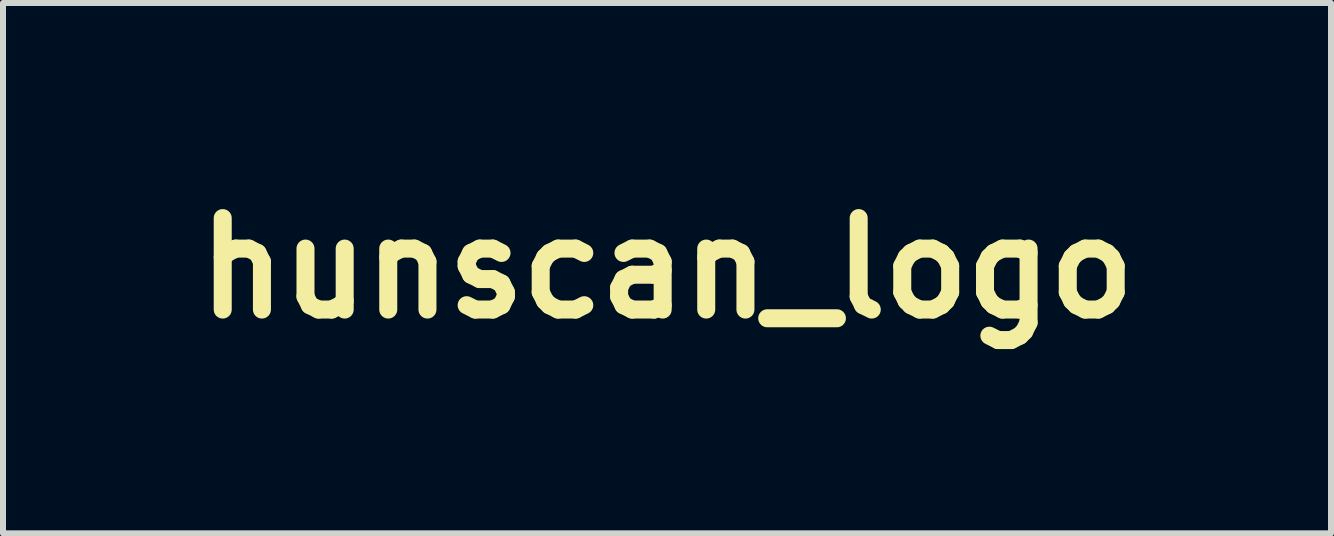
<source format=kicad_pcb>
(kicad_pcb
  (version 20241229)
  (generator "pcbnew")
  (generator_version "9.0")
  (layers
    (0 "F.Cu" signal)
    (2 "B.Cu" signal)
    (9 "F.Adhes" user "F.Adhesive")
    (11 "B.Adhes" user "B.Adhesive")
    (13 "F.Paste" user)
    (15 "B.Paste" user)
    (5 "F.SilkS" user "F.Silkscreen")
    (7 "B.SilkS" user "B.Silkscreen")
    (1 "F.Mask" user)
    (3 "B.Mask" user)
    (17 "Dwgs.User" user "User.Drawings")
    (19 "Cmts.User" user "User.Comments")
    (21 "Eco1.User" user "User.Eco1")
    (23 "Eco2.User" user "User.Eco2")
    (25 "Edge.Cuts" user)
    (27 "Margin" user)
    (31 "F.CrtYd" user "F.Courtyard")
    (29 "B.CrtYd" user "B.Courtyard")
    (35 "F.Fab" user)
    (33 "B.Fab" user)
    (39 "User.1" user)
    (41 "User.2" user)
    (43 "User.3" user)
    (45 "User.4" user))
  (footprint "hunscan_logo"
    (layer "F.Cu")
    (at 8.063 1.418)
    (property "Reference" "hunscan_logo" (at 0 0 0) (layer "F.SilkS") (effects (font (size 1.524 1.524) (thickness 0.3))))
    (attr through_hole)
    (fp_poly (pts (xy -0.731 0.546) (xy -0.712 0.557) (xy -0.711 0.559) (xy -0.726 0.57) (xy -0.763 0.576) (xy -0.77 0.576) (xy -0.81 0.571) (xy -0.829 0.561) (xy -0.83 0.559) (xy -0.815 0.548) (xy -0.778 0.542) (xy -0.77 0.542) (xy -0.731 0.546)) (stroke (width 0.01) (type solid)) (fill yes) (layer "F.Mask"))
    (fp_poly (pts (xy -0.228 0.473) (xy -0.222 0.514) (xy -0.22 0.567) (xy -0.223 0.625) (xy -0.229 0.664) (xy -0.237 0.677) (xy -0.246 0.662) (xy -0.252 0.621) (xy -0.254 0.567) (xy -0.252 0.51) (xy -0.245 0.47) (xy -0.237 0.457) (xy -0.228 0.473)) (stroke (width 0.01) (type solid)) (fill yes) (layer "F.Mask"))
    (fp_poly (pts (xy 2.46 0.515) (xy 2.469 0.524) (xy 2.449 0.548) (xy 2.438 0.559) (xy 2.413 0.599) (xy 2.405 0.635) (xy 2.399 0.667) (xy 2.388 0.677) (xy 2.378 0.662) (xy 2.372 0.623) (xy 2.371 0.595) (xy 2.372 0.546) (xy 2.379 0.522) (xy 2.398 0.514) (xy 2.421 0.514) (xy 2.46 0.515)) (stroke (width 0.01) (type solid)) (fill yes) (layer "F.Mask"))
    (fp_poly (pts (xy 1.358 0.446) (xy 1.366 0.479) (xy 1.366 0.491) (xy 1.362 0.527) (xy 1.352 0.542) (xy 1.352 0.542) (xy 1.343 0.557) (xy 1.338 0.594) (xy 1.338 0.61) (xy 1.334 0.658) (xy 1.324 0.675) (xy 1.313 0.662) (xy 1.302 0.62) (xy 1.3 0.597) (xy 1.3 0.526) (xy 1.315 0.478) (xy 1.341 0.446) (xy 1.358 0.446)) (stroke (width 0.01) (type solid)) (fill yes) (layer "F.Mask"))
    (fp_poly (pts (xy -1.333 0.514) (xy -1.262 0.516) (xy -1.256 0.597) (xy -1.257 0.648) (xy -1.266 0.674) (xy -1.277 0.672) (xy -1.287 0.64) (xy -1.29 0.614) (xy -1.298 0.571) (xy -1.314 0.553) (xy -1.329 0.55) (xy -1.353 0.558) (xy -1.365 0.585) (xy -1.368 0.614) (xy -1.376 0.661) (xy -1.387 0.676) (xy -1.398 0.662) (xy -1.405 0.62) (xy -1.405 0.594) (xy -1.405 0.512) (xy -1.333 0.514)) (stroke (width 0.01) (type solid)) (fill yes) (layer "F.Mask"))
    (fp_poly (pts (xy 0.309 0.515) (xy 0.381 0.516) (xy 0.386 0.597) (xy 0.386 0.648) (xy 0.378 0.675) (xy 0.373 0.677) (xy 0.362 0.662) (xy 0.356 0.625) (xy 0.356 0.61) (xy 0.353 0.565) (xy 0.341 0.545) (xy 0.324 0.542) (xy 0.29 0.557) (xy 0.273 0.601) (xy 0.271 0.636) (xy 0.265 0.668) (xy 0.254 0.677) (xy 0.244 0.662) (xy 0.238 0.623) (xy 0.237 0.595) (xy 0.237 0.513) (xy 0.309 0.515)) (stroke (width 0.01) (type solid)) (fill yes) (layer "F.Mask"))
    (fp_poly (pts (xy 1.947 0.52) (xy 1.94 0.552) (xy 1.924 0.596) (xy 1.902 0.638) (xy 1.882 0.669) (xy 1.871 0.677) (xy 1.853 0.663) (xy 1.832 0.626) (xy 1.823 0.605) (xy 1.803 0.551) (xy 1.796 0.522) (xy 1.801 0.51) (xy 1.811 0.508) (xy 1.825 0.522) (xy 1.843 0.558) (xy 1.848 0.572) (xy 1.869 0.635) (xy 1.893 0.572) (xy 1.913 0.532) (xy 1.932 0.509) (xy 1.945 0.508) (xy 1.947 0.52)) (stroke (width 0.01) (type solid)) (fill yes) (layer "F.Mask"))
    (fp_poly (pts (xy 0.647 0.514) (xy 0.678 0.534) (xy 0.691 0.562) (xy 0.679 0.572) (xy 0.653 0.559) (xy 0.617 0.546) (xy 0.587 0.559) (xy 0.576 0.593) (xy 0.588 0.627) (xy 0.618 0.64) (xy 0.653 0.626) (xy 0.68 0.613) (xy 0.691 0.624) (xy 0.678 0.652) (xy 0.64 0.674) (xy 0.594 0.674) (xy 0.562 0.657) (xy 0.547 0.625) (xy 0.542 0.593) (xy 0.549 0.551) (xy 0.562 0.528) (xy 0.601 0.51) (xy 0.647 0.514)) (stroke (width 0.01) (type solid)) (fill yes) (layer "F.Mask"))
    (fp_poly (pts (xy 2.882 0.514) (xy 2.913 0.534) (xy 2.926 0.562) (xy 2.915 0.572) (xy 2.888 0.559) (xy 2.852 0.546) (xy 2.823 0.559) (xy 2.811 0.593) (xy 2.824 0.627) (xy 2.854 0.64) (xy 2.888 0.626) (xy 2.916 0.613) (xy 2.926 0.624) (xy 2.913 0.652) (xy 2.874 0.675) (xy 2.824 0.668) (xy 2.807 0.659) (xy 2.784 0.629) (xy 2.778 0.585) (xy 2.787 0.542) (xy 2.797 0.528) (xy 2.837 0.51) (xy 2.882 0.514)) (stroke (width 0.01) (type solid)) (fill yes) (layer "F.Mask"))
    (fp_poly (pts (xy 3.769 0.516) (xy 3.8 0.532) (xy 3.81 0.551) (xy 3.801 0.573) (xy 3.777 0.568) (xy 3.764 0.557) (xy 3.733 0.545) (xy 3.705 0.558) (xy 3.692 0.59) (xy 3.691 0.593) (xy 3.704 0.627) (xy 3.734 0.64) (xy 3.768 0.626) (xy 3.796 0.613) (xy 3.807 0.624) (xy 3.793 0.652) (xy 3.755 0.675) (xy 3.707 0.669) (xy 3.685 0.655) (xy 3.664 0.622) (xy 3.661 0.576) (xy 3.677 0.535) (xy 3.693 0.52) (xy 3.728 0.511) (xy 3.769 0.516)) (stroke (width 0.01) (type solid)) (fill yes) (layer "F.Mask"))
    (fp_poly (pts (xy -1.588 0.519) (xy -1.558 0.55) (xy -1.546 0.59) (xy -1.558 0.633) (xy -1.567 0.644) (xy -1.611 0.674) (xy -1.658 0.67) (xy -1.683 0.655) (xy -1.704 0.622) (xy -1.706 0.582) (xy -1.674 0.582) (xy -1.67 0.619) (xy -1.65 0.641) (xy -1.624 0.637) (xy -1.604 0.614) (xy -1.6 0.593) (xy -1.611 0.556) (xy -1.63 0.545) (xy -1.659 0.553) (xy -1.674 0.582) (xy -1.706 0.582) (xy -1.706 0.576) (xy -1.691 0.535) (xy -1.675 0.52) (xy -1.629 0.507) (xy -1.588 0.519)) (stroke (width 0.01) (type solid)) (fill yes) (layer "F.Mask"))
    (fp_poly (pts (xy 3.991 0.472) (xy 3.996 0.508) (xy 3.996 0.511) (xy 3.998 0.546) (xy 4.007 0.552) (xy 4.027 0.536) (xy 4.06 0.512) (xy 4.073 0.513) (xy 4.065 0.538) (xy 4.056 0.552) (xy 4.038 0.584) (xy 4.04 0.606) (xy 4.057 0.628) (xy 4.076 0.659) (xy 4.07 0.673) (xy 4.045 0.664) (xy 4.03 0.652) (xy 4.006 0.632) (xy 3.997 0.636) (xy 3.996 0.649) (xy 3.988 0.673) (xy 3.979 0.677) (xy 3.97 0.662) (xy 3.964 0.621) (xy 3.962 0.567) (xy 3.965 0.51) (xy 3.971 0.47) (xy 3.979 0.457) (xy 3.991 0.472)) (stroke (width 0.01) (type solid)) (fill yes) (layer "F.Mask"))
    (fp_poly (pts (xy 3.096 0.471) (xy 3.099 0.491) (xy 3.104 0.513) (xy 3.127 0.518) (xy 3.148 0.514) (xy 3.188 0.513) (xy 3.212 0.533) (xy 3.216 0.539) (xy 3.229 0.577) (xy 3.234 0.621) (xy 3.231 0.658) (xy 3.22 0.677) (xy 3.217 0.677) (xy 3.204 0.663) (xy 3.2 0.636) (xy 3.192 0.577) (xy 3.168 0.546) (xy 3.15 0.542) (xy 3.118 0.557) (xy 3.101 0.601) (xy 3.099 0.636) (xy 3.093 0.668) (xy 3.082 0.677) (xy 3.073 0.662) (xy 3.067 0.621) (xy 3.065 0.567) (xy 3.067 0.51) (xy 3.074 0.47) (xy 3.082 0.457) (xy 3.096 0.471)) (stroke (width 0.01) (type solid)) (fill yes) (layer "F.Mask"))
    (fp_poly (pts (xy 0.038 0.513) (xy 0.102 0.515) (xy 0.102 0.596) (xy 0.098 0.643) (xy 0.09 0.673) (xy 0.085 0.677) (xy 0.069 0.664) (xy 0.068 0.657) (xy 0.063 0.645) (xy 0.047 0.657) (xy 0.014 0.675) (xy 0 0.677) (xy -0.036 0.666) (xy -0.047 0.657) (xy -0.064 0.622) (xy -0.066 0.582) (xy -0.032 0.582) (xy -0.027 0.619) (xy -0.007 0.641) (xy 0.019 0.637) (xy 0.038 0.614) (xy 0.042 0.593) (xy 0.031 0.556) (xy 0.013 0.545) (xy -0.017 0.553) (xy -0.032 0.582) (xy -0.066 0.582) (xy -0.066 0.576) (xy -0.054 0.537) (xy -0.047 0.529) (xy -0.017 0.517) (xy 0.03 0.513) (xy 0.038 0.513)) (stroke (width 0.01) (type solid)) (fill yes) (layer "F.Mask"))
    (fp_poly (pts (xy 0.93 0.512) (xy 0.966 0.533) (xy 0.982 0.567) (xy 0.982 0.571) (xy 0.967 0.587) (xy 0.923 0.593) (xy 0.923 0.593) (xy 0.884 0.597) (xy 0.864 0.608) (xy 0.864 0.61) (xy 0.877 0.632) (xy 0.907 0.638) (xy 0.939 0.627) (xy 0.94 0.626) (xy 0.968 0.613) (xy 0.979 0.624) (xy 0.966 0.652) (xy 0.927 0.675) (xy 0.877 0.668) (xy 0.859 0.659) (xy 0.837 0.629) (xy 0.83 0.585) (xy 0.836 0.559) (xy 0.872 0.559) (xy 0.878 0.571) (xy 0.906 0.576) (xy 0.935 0.57) (xy 0.94 0.559) (xy 0.915 0.543) (xy 0.906 0.542) (xy 0.878 0.553) (xy 0.872 0.559) (xy 0.836 0.559) (xy 0.84 0.542) (xy 0.85 0.528) (xy 0.888 0.51) (xy 0.93 0.512)) (stroke (width 0.01) (type solid)) (fill yes) (layer "F.Mask"))
    (fp_poly (pts (xy 1.608 0.512) (xy 1.643 0.533) (xy 1.659 0.567) (xy 1.659 0.571) (xy 1.644 0.587) (xy 1.6 0.593) (xy 1.6 0.593) (xy 1.561 0.597) (xy 1.541 0.608) (xy 1.541 0.61) (xy 1.554 0.632) (xy 1.584 0.638) (xy 1.616 0.627) (xy 1.618 0.626) (xy 1.646 0.613) (xy 1.656 0.624) (xy 1.643 0.652) (xy 1.604 0.675) (xy 1.554 0.668) (xy 1.537 0.659) (xy 1.514 0.629) (xy 1.508 0.585) (xy 1.514 0.559) (xy 1.549 0.559) (xy 1.555 0.571) (xy 1.582 0.576) (xy 1.615 0.57) (xy 1.626 0.559) (xy 1.611 0.545) (xy 1.593 0.542) (xy 1.56 0.55) (xy 1.549 0.559) (xy 1.514 0.559) (xy 1.517 0.542) (xy 1.527 0.528) (xy 1.565 0.51) (xy 1.608 0.512)) (stroke (width 0.01) (type solid)) (fill yes) (layer "F.Mask"))
    (fp_poly (pts (xy 2.183 0.512) (xy 2.219 0.533) (xy 2.235 0.567) (xy 2.235 0.571) (xy 2.22 0.587) (xy 2.176 0.593) (xy 2.176 0.593) (xy 2.137 0.597) (xy 2.117 0.608) (xy 2.117 0.61) (xy 2.13 0.632) (xy 2.16 0.638) (xy 2.192 0.627) (xy 2.193 0.626) (xy 2.221 0.613) (xy 2.232 0.624) (xy 2.219 0.652) (xy 2.18 0.675) (xy 2.13 0.668) (xy 2.112 0.659) (xy 2.09 0.629) (xy 2.083 0.585) (xy 2.089 0.559) (xy 2.125 0.559) (xy 2.131 0.571) (xy 2.159 0.576) (xy 2.188 0.57) (xy 2.193 0.559) (xy 2.168 0.543) (xy 2.159 0.542) (xy 2.131 0.553) (xy 2.125 0.559) (xy 2.089 0.559) (xy 2.093 0.542) (xy 2.103 0.528) (xy 2.141 0.51) (xy 2.183 0.512)) (stroke (width 0.01) (type solid)) (fill yes) (layer "F.Mask"))
    (fp_poly (pts (xy 3.47 0.512) (xy 3.506 0.533) (xy 3.522 0.567) (xy 3.522 0.571) (xy 3.507 0.587) (xy 3.463 0.593) (xy 3.463 0.593) (xy 3.424 0.597) (xy 3.404 0.608) (xy 3.404 0.61) (xy 3.417 0.632) (xy 3.447 0.638) (xy 3.479 0.627) (xy 3.48 0.626) (xy 3.508 0.613) (xy 3.519 0.624) (xy 3.506 0.652) (xy 3.467 0.675) (xy 3.417 0.668) (xy 3.399 0.659) (xy 3.377 0.629) (xy 3.37 0.585) (xy 3.376 0.559) (xy 3.412 0.559) (xy 3.418 0.571) (xy 3.446 0.576) (xy 3.475 0.57) (xy 3.48 0.559) (xy 3.455 0.543) (xy 3.446 0.542) (xy 3.418 0.553) (xy 3.412 0.559) (xy 3.376 0.559) (xy 3.38 0.542) (xy 3.39 0.528) (xy 3.428 0.51) (xy 3.47 0.512)) (stroke (width 0.01) (type solid)) (fill yes) (layer "F.Mask"))
    (fp_poly (pts (xy -0.985 0.52) (xy -0.966 0.541) (xy -0.952 0.572) (xy -0.957 0.587) (xy -0.987 0.594) (xy -1.012 0.596) (xy -1.052 0.603) (xy -1.071 0.615) (xy -1.072 0.618) (xy -1.056 0.634) (xy -1.028 0.641) (xy -1.005 0.637) (xy -0.999 0.628) (xy -0.987 0.61) (xy -0.982 0.61) (xy -0.966 0.621) (xy -0.969 0.644) (xy -0.987 0.664) (xy -0.992 0.667) (xy -1.044 0.676) (xy -1.085 0.657) (xy -1.091 0.651) (xy -1.115 0.607) (xy -1.112 0.562) (xy -1.11 0.559) (xy -1.067 0.559) (xy -1.053 0.573) (xy -1.033 0.576) (xy -1.005 0.569) (xy -0.999 0.559) (xy -1.013 0.545) (xy -1.033 0.542) (xy -1.06 0.549) (xy -1.067 0.559) (xy -1.11 0.559) (xy -1.086 0.526) (xy -1.041 0.508) (xy -1.033 0.508) (xy -0.985 0.52)) (stroke (width 0.01) (type solid)) (fill yes) (layer "F.Mask"))
    (fp_poly (pts (xy -0.453 0.513) (xy -0.389 0.515) (xy -0.389 0.604) (xy -0.394 0.668) (xy -0.409 0.71) (xy -0.423 0.728) (xy -0.451 0.753) (xy -0.476 0.758) (xy -0.511 0.751) (xy -0.537 0.735) (xy -0.55 0.714) (xy -0.545 0.697) (xy -0.534 0.694) (xy -0.506 0.704) (xy -0.5 0.71) (xy -0.479 0.72) (xy -0.451 0.708) (xy -0.434 0.684) (xy -0.434 0.668) (xy -0.459 0.669) (xy -0.466 0.671) (xy -0.515 0.669) (xy -0.548 0.64) (xy -0.559 0.593) (xy -0.558 0.589) (xy -0.525 0.589) (xy -0.514 0.629) (xy -0.488 0.644) (xy -0.457 0.632) (xy -0.441 0.611) (xy -0.434 0.579) (xy -0.449 0.559) (xy -0.484 0.546) (xy -0.513 0.558) (xy -0.525 0.589) (xy -0.558 0.589) (xy -0.549 0.546) (xy -0.519 0.52) (xy -0.462 0.513) (xy -0.453 0.513)) (stroke (width 0.01) (type solid)) (fill yes) (layer "F.Mask"))
    (fp_poly (pts (xy -3.604 -1.015) (xy -3.534 -1.013) (xy -3.486 -1.009) (xy -3.456 -1.002) (xy -3.439 -0.993) (xy -3.436 -0.989) (xy -3.423 -0.957) (xy -3.432 -0.934) (xy -3.444 -0.922) (xy -3.469 -0.914) (xy -3.51 -0.907) (xy -3.573 -0.902) (xy -3.664 -0.898) (xy -3.685 -0.897) (xy -3.79 -0.892) (xy -3.874 -0.885) (xy -3.933 -0.875) (xy -3.958 -0.867) (xy -3.992 -0.842) (xy -4.017 -0.807) (xy -4.033 -0.757) (xy -4.042 -0.687) (xy -4.047 -0.591) (xy -4.047 -0.529) (xy -4.048 -0.425) (xy -4.053 -0.351) (xy -4.064 -0.303) (xy -4.081 -0.278) (xy -4.106 -0.271) (xy -4.14 -0.28) (xy -4.144 -0.282) (xy -4.153 -0.296) (xy -4.159 -0.331) (xy -4.163 -0.39) (xy -4.165 -0.478) (xy -4.166 -0.546) (xy -4.165 -0.645) (xy -4.164 -0.718) (xy -4.16 -0.769) (xy -4.154 -0.806) (xy -4.143 -0.836) (xy -4.129 -0.864) (xy -4.125 -0.871) (xy -4.082 -0.925) (xy -4.029 -0.971) (xy -4.017 -0.978) (xy -3.987 -0.993) (xy -3.956 -1.004) (xy -3.918 -1.01) (xy -3.865 -1.014) (xy -3.79 -1.016) (xy -3.704 -1.016) (xy -3.604 -1.015)) (stroke (width 0.01) (type solid)) (fill yes) (layer "F.Mask"))
    (fp_poly (pts (xy -0.499 -0.29) (xy -0.514 -0.195) (xy -0.522 -0.117) (xy -0.525 -0.061) (xy -0.522 -0.036) (xy -0.492 0.006) (xy -0.446 0.024) (xy -0.393 0.02) (xy -0.343 -0.007) (xy -0.313 -0.04) (xy -0.3 -0.073) (xy -0.283 -0.13) (xy -0.265 -0.205) (xy -0.248 -0.289) (xy -0.248 -0.291) (xy -0.21 -0.5) (xy -0.079 -0.504) (xy -0.018 -0.505) (xy 0.028 -0.503) (xy 0.05 -0.498) (xy 0.051 -0.496) (xy 0.048 -0.476) (xy 0.041 -0.428) (xy 0.029 -0.356) (xy 0.013 -0.267) (xy -0.004 -0.164) (xy -0.012 -0.123) (xy -0.074 0.237) (xy -0.341 0.237) (xy -0.318 0.131) (xy -0.382 0.179) (xy -0.425 0.208) (xy -0.47 0.224) (xy -0.531 0.231) (xy -0.557 0.233) (xy -0.645 0.231) (xy -0.705 0.217) (xy -0.714 0.212) (xy -0.752 0.176) (xy -0.785 0.119) (xy -0.788 0.11) (xy -0.798 0.082) (xy -0.805 0.055) (xy -0.808 0.025) (xy -0.807 -0.013) (xy -0.801 -0.064) (xy -0.791 -0.134) (xy -0.775 -0.226) (xy -0.753 -0.347) (xy -0.751 -0.36) (xy -0.724 -0.508) (xy -0.463 -0.508) (xy -0.499 -0.29)) (stroke (width 0.01) (type solid)) (fill yes) (layer "F.Mask"))
    (fp_poly (pts (xy 4.034 -0.506) (xy 4.099 -0.476) (xy 4.145 -0.42) (xy 4.165 -0.375) (xy 4.175 -0.344) (xy 4.18 -0.313) (xy 4.18 -0.275) (xy 4.175 -0.223) (xy 4.164 -0.15) (xy 4.151 -0.072) (xy 4.136 0.016) (xy 4.122 0.095) (xy 4.111 0.157) (xy 4.104 0.194) (xy 4.103 0.199) (xy 4.096 0.218) (xy 4.081 0.23) (xy 4.051 0.235) (xy 3.997 0.237) (xy 3.963 0.237) (xy 3.833 0.237) (xy 3.873 0.013) (xy 3.891 -0.093) (xy 3.9 -0.171) (xy 3.9 -0.226) (xy 3.89 -0.262) (xy 3.869 -0.284) (xy 3.837 -0.297) (xy 3.835 -0.298) (xy 3.773 -0.297) (xy 3.715 -0.267) (xy 3.683 -0.231) (xy 3.669 -0.198) (xy 3.653 -0.14) (xy 3.636 -0.065) (xy 3.619 0.02) (xy 3.619 0.024) (xy 3.582 0.237) (xy 3.315 0.237) (xy 3.324 0.191) (xy 3.33 0.16) (xy 3.34 0.101) (xy 3.354 0.022) (xy 3.37 -0.073) (xy 3.388 -0.176) (xy 3.389 -0.182) (xy 3.445 -0.508) (xy 3.713 -0.508) (xy 3.703 -0.458) (xy 3.693 -0.408) (xy 3.769 -0.462) (xy 3.821 -0.495) (xy 3.869 -0.511) (xy 3.928 -0.516) (xy 3.946 -0.516) (xy 4.034 -0.506)) (stroke (width 0.01) (type solid)) (fill yes) (layer "F.Mask"))
    (fp_poly (pts (xy -1.356 -0.743) (xy -1.31 -0.738) (xy -1.288 -0.731) (xy -1.287 -0.73) (xy -1.29 -0.707) (xy -1.298 -0.66) (xy -1.309 -0.598) (xy -1.312 -0.581) (xy -1.327 -0.501) (xy -1.335 -0.45) (xy -1.336 -0.423) (xy -1.33 -0.416) (xy -1.317 -0.425) (xy -1.311 -0.431) (xy -1.247 -0.475) (xy -1.167 -0.505) (xy -1.082 -0.516) (xy -1.003 -0.509) (xy -0.962 -0.494) (xy -0.92 -0.465) (xy -0.891 -0.425) (xy -0.873 -0.371) (xy -0.866 -0.3) (xy -0.871 -0.206) (xy -0.885 -0.087) (xy -0.901 0.013) (xy -0.939 0.237) (xy -1.071 0.237) (xy -1.133 0.236) (xy -1.179 0.232) (xy -1.201 0.226) (xy -1.202 0.224) (xy -1.199 0.203) (xy -1.191 0.157) (xy -1.18 0.091) (xy -1.168 0.027) (xy -1.154 -0.053) (xy -1.143 -0.125) (xy -1.136 -0.179) (xy -1.135 -0.203) (xy -1.149 -0.256) (xy -1.186 -0.29) (xy -1.238 -0.304) (xy -1.295 -0.292) (xy -1.305 -0.287) (xy -1.342 -0.254) (xy -1.371 -0.195) (xy -1.395 -0.108) (xy -1.404 -0.059) (xy -1.417 0.017) (xy -1.431 0.096) (xy -1.441 0.148) (xy -1.459 0.237) (xy -1.721 0.237) (xy -1.549 -0.745) (xy -1.418 -0.745) (xy -1.356 -0.743)) (stroke (width 0.01) (type solid)) (fill yes) (layer "F.Mask"))
    (fp_poly (pts (xy 0.733 -0.512) (xy 0.802 -0.481) (xy 0.857 -0.429) (xy 0.89 -0.357) (xy 0.897 -0.295) (xy 0.894 -0.254) (xy 0.886 -0.188) (xy 0.875 -0.106) (xy 0.861 -0.016) (xy 0.846 0.073) (xy 0.831 0.152) (xy 0.821 0.199) (xy 0.814 0.218) (xy 0.799 0.23) (xy 0.767 0.235) (xy 0.713 0.237) (xy 0.685 0.237) (xy 0.614 0.235) (xy 0.573 0.229) (xy 0.559 0.217) (xy 0.559 0.216) (xy 0.562 0.192) (xy 0.569 0.142) (xy 0.581 0.073) (xy 0.594 -0.006) (xy 0.61 -0.101) (xy 0.618 -0.169) (xy 0.619 -0.214) (xy 0.613 -0.244) (xy 0.612 -0.247) (xy 0.579 -0.286) (xy 0.53 -0.301) (xy 0.476 -0.293) (xy 0.426 -0.264) (xy 0.4 -0.234) (xy 0.387 -0.202) (xy 0.372 -0.146) (xy 0.354 -0.071) (xy 0.338 0.013) (xy 0.337 0.021) (xy 0.299 0.237) (xy 0.166 0.237) (xy 0.104 0.237) (xy 0.058 0.235) (xy 0.035 0.233) (xy 0.034 0.233) (xy 0.037 0.216) (xy 0.045 0.17) (xy 0.057 0.101) (xy 0.073 0.013) (xy 0.091 -0.089) (xy 0.099 -0.135) (xy 0.163 -0.5) (xy 0.295 -0.505) (xy 0.427 -0.509) (xy 0.42 -0.461) (xy 0.413 -0.412) (xy 0.482 -0.46) (xy 0.567 -0.504) (xy 0.652 -0.521) (xy 0.733 -0.512)) (stroke (width 0.01) (type solid)) (fill yes) (layer "F.Mask"))
    (fp_poly (pts (xy 2.211 -0.511) (xy 2.295 -0.478) (xy 2.364 -0.425) (xy 2.413 -0.349) (xy 2.415 -0.345) (xy 2.436 -0.289) (xy 2.441 -0.253) (xy 2.424 -0.232) (xy 2.383 -0.223) (xy 2.314 -0.22) (xy 2.294 -0.22) (xy 2.223 -0.221) (xy 2.179 -0.225) (xy 2.157 -0.233) (xy 2.151 -0.245) (xy 2.151 -0.246) (xy 2.136 -0.271) (xy 2.112 -0.286) (xy 2.055 -0.293) (xy 2.006 -0.268) (xy 1.968 -0.213) (xy 1.947 -0.151) (xy 1.936 -0.097) (xy 1.937 -0.061) (xy 1.951 -0.03) (xy 1.954 -0.025) (xy 1.994 0.009) (xy 2.042 0.014) (xy 2.091 -0.011) (xy 2.107 -0.025) (xy 2.13 -0.047) (xy 2.158 -0.06) (xy 2.198 -0.066) (xy 2.26 -0.068) (xy 2.275 -0.068) (xy 2.347 -0.066) (xy 2.389 -0.058) (xy 2.402 -0.04) (xy 2.391 -0.006) (xy 2.358 0.047) (xy 2.356 0.05) (xy 2.279 0.136) (xy 2.181 0.201) (xy 2.081 0.236) (xy 2.026 0.247) (xy 1.987 0.251) (xy 1.948 0.248) (xy 1.895 0.237) (xy 1.884 0.234) (xy 1.8 0.2) (xy 1.734 0.141) (xy 1.689 0.063) (xy 1.667 -0.03) (xy 1.668 -0.133) (xy 1.695 -0.24) (xy 1.713 -0.283) (xy 1.768 -0.369) (xy 1.842 -0.436) (xy 1.929 -0.484) (xy 2.023 -0.513) (xy 2.119 -0.522) (xy 2.211 -0.511)) (stroke (width 0.01) (type solid)) (fill yes) (layer "F.Mask"))
    (fp_poly (pts (xy 2.934 -0.508) (xy 2.99 -0.483) (xy 3.019 -0.456) (xy 3.043 -0.427) (xy 3.059 -0.431) (xy 3.065 -0.466) (xy 3.066 -0.487) (xy 3.075 -0.499) (xy 3.098 -0.505) (xy 3.143 -0.508) (xy 3.202 -0.508) (xy 3.339 -0.508) (xy 3.329 -0.461) (xy 3.323 -0.43) (xy 3.312 -0.371) (xy 3.298 -0.292) (xy 3.282 -0.2) (xy 3.268 -0.119) (xy 3.25 -0.021) (xy 3.234 0.067) (xy 3.221 0.139) (xy 3.211 0.188) (xy 3.207 0.207) (xy 3.197 0.223) (xy 3.174 0.232) (xy 3.131 0.236) (xy 3.07 0.237) (xy 2.942 0.237) (xy 2.953 0.185) (xy 2.963 0.133) (xy 2.912 0.176) (xy 2.856 0.211) (xy 2.79 0.239) (xy 2.727 0.252) (xy 2.709 0.252) (xy 2.676 0.247) (xy 2.631 0.236) (xy 2.566 0.201) (xy 2.511 0.142) (xy 2.473 0.067) (xy 2.463 0.023) (xy 2.459 -0.085) (xy 2.734 -0.085) (xy 2.76 -0.029) (xy 2.808 0.008) (xy 2.865 0.015) (xy 2.925 -0.01) (xy 2.935 -0.018) (xy 2.976 -0.066) (xy 3.002 -0.128) (xy 3.009 -0.19) (xy 3 -0.228) (xy 2.966 -0.268) (xy 2.916 -0.285) (xy 2.86 -0.28) (xy 2.806 -0.252) (xy 2.775 -0.22) (xy 2.739 -0.151) (xy 2.734 -0.085) (xy 2.459 -0.085) (xy 2.459 -0.093) (xy 2.479 -0.206) (xy 2.522 -0.309) (xy 2.583 -0.397) (xy 2.659 -0.465) (xy 2.747 -0.508) (xy 2.789 -0.518) (xy 2.863 -0.52) (xy 2.934 -0.508)) (stroke (width 0.01) (type solid)) (fill yes) (layer "F.Mask"))
    (fp_poly (pts (xy 1.419 -0.51) (xy 1.489 -0.491) (xy 1.507 -0.482) (xy 1.563 -0.438) (xy 1.609 -0.382) (xy 1.637 -0.325) (xy 1.643 -0.294) (xy 1.641 -0.274) (xy 1.63 -0.262) (xy 1.604 -0.256) (xy 1.555 -0.254) (xy 1.516 -0.254) (xy 1.448 -0.255) (xy 1.409 -0.26) (xy 1.391 -0.27) (xy 1.389 -0.279) (xy 1.373 -0.308) (xy 1.336 -0.329) (xy 1.286 -0.336) (xy 1.273 -0.335) (xy 1.237 -0.323) (xy 1.228 -0.296) (xy 1.234 -0.278) (xy 1.255 -0.26) (xy 1.297 -0.241) (xy 1.367 -0.217) (xy 1.37 -0.216) (xy 1.47 -0.18) (xy 1.539 -0.141) (xy 1.583 -0.098) (xy 1.605 -0.047) (xy 1.609 -0.004) (xy 1.603 0.054) (xy 1.588 0.108) (xy 1.584 0.118) (xy 1.542 0.166) (xy 1.475 0.204) (xy 1.391 0.231) (xy 1.298 0.245) (xy 1.204 0.242) (xy 1.174 0.237) (xy 1.08 0.207) (xy 1.006 0.16) (xy 0.955 0.102) (xy 0.932 0.036) (xy 0.931 0.021) (xy 0.934 0.001) (xy 0.946 -0.01) (xy 0.975 -0.015) (xy 1.028 -0.017) (xy 1.049 -0.017) (xy 1.114 -0.015) (xy 1.157 -0.009) (xy 1.186 0.005) (xy 1.209 0.025) (xy 1.258 0.058) (xy 1.308 0.066) (xy 1.35 0.048) (xy 1.355 0.041) (xy 1.366 0.017) (xy 1.354 -0.005) (xy 1.316 -0.028) (xy 1.249 -0.053) (xy 1.199 -0.068) (xy 1.103 -0.102) (xy 1.036 -0.141) (xy 0.996 -0.188) (xy 0.978 -0.248) (xy 0.976 -0.28) (xy 0.99 -0.361) (xy 1.032 -0.428) (xy 1.102 -0.483) (xy 1.163 -0.505) (xy 1.244 -0.517) (xy 1.334 -0.518) (xy 1.419 -0.51)) (stroke (width 0.01) (type solid)) (fill yes) (layer "F.Mask"))
    (fp_poly (pts (xy -2.45 -1.013) (xy -2.398 -1.011) (xy -2.359 -1.007) (xy -2.331 -1.001) (xy -2.309 -0.992) (xy -2.286 -0.98) (xy -2.279 -0.976) (xy -2.224 -0.932) (xy -2.178 -0.878) (xy -2.171 -0.867) (xy -2.133 -0.799) (xy -2.138 -0.01) (xy -2.142 0.779) (xy -2.207 0.736) (xy -2.248 0.711) (xy -2.312 0.678) (xy -2.388 0.64) (xy -2.455 0.61) (xy -2.573 0.554) (xy -2.672 0.502) (xy -2.748 0.455) (xy -2.799 0.416) (xy -2.82 0.387) (xy -2.817 0.361) (xy -2.799 0.312) (xy -2.781 0.269) (xy -2.555 0.269) (xy -2.552 0.328) (xy -2.523 0.379) (xy -2.512 0.388) (xy -2.453 0.419) (xy -2.396 0.416) (xy -2.344 0.382) (xy -2.309 0.328) (xy -2.308 0.27) (xy -2.333 0.22) (xy -2.345 0.196) (xy -2.354 0.16) (xy -2.361 0.108) (xy -2.366 0.034) (xy -2.371 -0.068) (xy -2.374 -0.163) (xy -2.377 -0.23) (xy -2.382 -0.274) (xy -2.388 -0.3) (xy -2.397 -0.312) (xy -2.411 -0.318) (xy -2.421 -0.319) (xy -2.452 -0.319) (xy -2.475 -0.306) (xy -2.491 -0.275) (xy -2.5 -0.223) (xy -2.505 -0.146) (xy -2.506 -0.042) (xy -2.507 0.057) (xy -2.511 0.128) (xy -2.517 0.176) (xy -2.526 0.205) (xy -2.531 0.213) (xy -2.555 0.269) (xy -2.781 0.269) (xy -2.772 0.245) (xy -2.735 0.167) (xy -2.728 0.152) (xy -2.689 0.072) (xy -2.661 0.009) (xy -2.642 -0.045) (xy -2.63 -0.099) (xy -2.624 -0.16) (xy -2.623 -0.238) (xy -2.623 -0.339) (xy -2.623 -0.361) (xy -2.637 -0.432) (xy -2.672 -0.512) (xy -2.723 -0.59) (xy -2.78 -0.652) (xy -2.861 -0.713) (xy -2.954 -0.764) (xy -3.045 -0.798) (xy -3.08 -0.806) (xy -3.124 -0.812) (xy -3.144 -0.806) (xy -3.149 -0.783) (xy -3.15 -0.764) (xy -3.144 -0.725) (xy -3.125 -0.712) (xy -3.119 -0.711) (xy -3.037 -0.697) (xy -2.951 -0.657) (xy -2.869 -0.599) (xy -2.798 -0.528) (xy -2.747 -0.452) (xy -2.73 -0.405) (xy -2.719 -0.323) (xy -2.727 -0.269) (xy -2.735 -0.214) (xy -2.734 -0.151) (xy -2.733 -0.141) (xy -2.733 -0.07) (xy -2.752 -0.014) (xy -2.818 0.112) (xy -2.866 0.211) (xy -2.899 0.288) (xy -2.917 0.344) (xy -2.922 0.382) (xy -2.921 0.392) (xy -2.894 0.445) (xy -2.839 0.503) (xy -2.761 0.562) (xy -2.663 0.62) (xy -2.579 0.661) (xy -2.453 0.717) (xy -2.356 0.763) (xy -2.283 0.802) (xy -2.232 0.835) (xy -2.22 0.843) (xy -2.194 0.87) (xy -2.192 0.895) (xy -2.2 0.912) (xy -2.227 0.942) (xy -2.271 0.974) (xy -2.286 0.982) (xy -2.303 0.99) (xy -2.321 0.996) (xy -2.344 1.002) (xy -2.376 1.006) (xy -2.418 1.009) (xy -2.474 1.012) (xy -2.548 1.014) (xy -2.642 1.015) (xy -2.759 1.015) (xy -2.903 1.016) (xy -3.077 1.016) (xy -3.153 1.016) (xy -3.954 1.016) (xy -4.02 0.976) (xy -4.072 0.934) (xy -4.118 0.882) (xy -4.126 0.87) (xy -4.141 0.842) (xy -4.152 0.814) (xy -4.153 0.809) (xy -4.009 0.809) (xy -4 0.83) (xy -3.97 0.856) (xy -3.959 0.863) (xy -3.939 0.874) (xy -3.915 0.883) (xy -3.885 0.889) (xy -3.841 0.893) (xy -3.781 0.896) (xy -3.699 0.897) (xy -3.59 0.897) (xy -3.526 0.897) (xy -3.15 0.897) (xy -3.15 -0.711) (xy -3.188 -0.711) (xy -3.26 -0.696) (xy -3.338 -0.658) (xy -3.415 -0.601) (xy -3.482 -0.533) (xy -3.525 -0.469) (xy -3.544 -0.411) (xy -3.558 -0.332) (xy -3.565 -0.243) (xy -3.564 -0.155) (xy -3.557 -0.077) (xy -3.541 -0.02) (xy -3.537 -0.011) (xy -3.508 0.043) (xy -3.48 0.1) (xy -3.479 0.102) (xy -3.455 0.153) (xy -3.425 0.215) (xy -3.411 0.245) (xy -3.381 0.314) (xy -3.372 0.367) (xy -3.383 0.415) (xy -3.408 0.458) (xy -3.44 0.497) (xy -3.485 0.535) (xy -3.547 0.575) (xy -3.631 0.62) (xy -3.74 0.672) (xy -3.801 0.7) (xy -3.877 0.735) (xy -3.941 0.767) (xy -3.987 0.792) (xy -4.008 0.808) (xy -4.009 0.809) (xy -4.153 0.809) (xy -4.159 0.778) (xy -4.163 0.729) (xy -4.165 0.66) (xy -4.166 0.564) (xy -4.166 0.557) (xy -4.165 0.447) (xy -4.161 0.367) (xy -4.153 0.314) (xy -4.14 0.285) (xy -4.121 0.275) (xy -4.095 0.281) (xy -4.082 0.287) (xy -4.067 0.298) (xy -4.057 0.315) (xy -4.051 0.344) (xy -4.048 0.393) (xy -4.047 0.466) (xy -4.047 0.5) (xy -4.047 0.577) (xy -4.045 0.639) (xy -4.044 0.68) (xy -4.042 0.694) (xy -4.023 0.687) (xy -3.98 0.669) (xy -3.921 0.642) (xy -3.852 0.61) (xy -3.78 0.576) (xy -3.711 0.543) (xy -3.654 0.514) (xy -3.613 0.494) (xy -3.608 0.491) (xy -3.557 0.457) (xy -3.514 0.419) (xy -3.501 0.405) (xy -3.469 0.362) (xy -3.535 0.227) (xy -3.57 0.158) (xy -3.603 0.093) (xy -3.629 0.043) (xy -3.634 0.034) (xy -3.652 -0.02) (xy -3.664 -0.099) (xy -3.669 -0.191) (xy -3.667 -0.289) (xy -3.658 -0.383) (xy -3.654 -0.402) (xy -3.619 -0.507) (xy -3.556 -0.605) (xy -3.472 -0.689) (xy -3.371 -0.755) (xy -3.261 -0.796) (xy -3.249 -0.799) (xy -3.151 -0.819) (xy -3.146 -0.913) (xy -3.141 -1.008) (xy -2.745 -1.012) (xy -2.619 -1.013) (xy -2.523 -1.014) (xy -2.45 -1.013)) (stroke (width 0.01) (type solid)) (fill yes) (layer "F.Mask")))
  (gr_rect
    (start -3 -3)
    (end 19.125 5.836)
    (stroke (width 0.1) (type default))
    (fill no)
    (layer "Edge.Cuts")))
</source>
